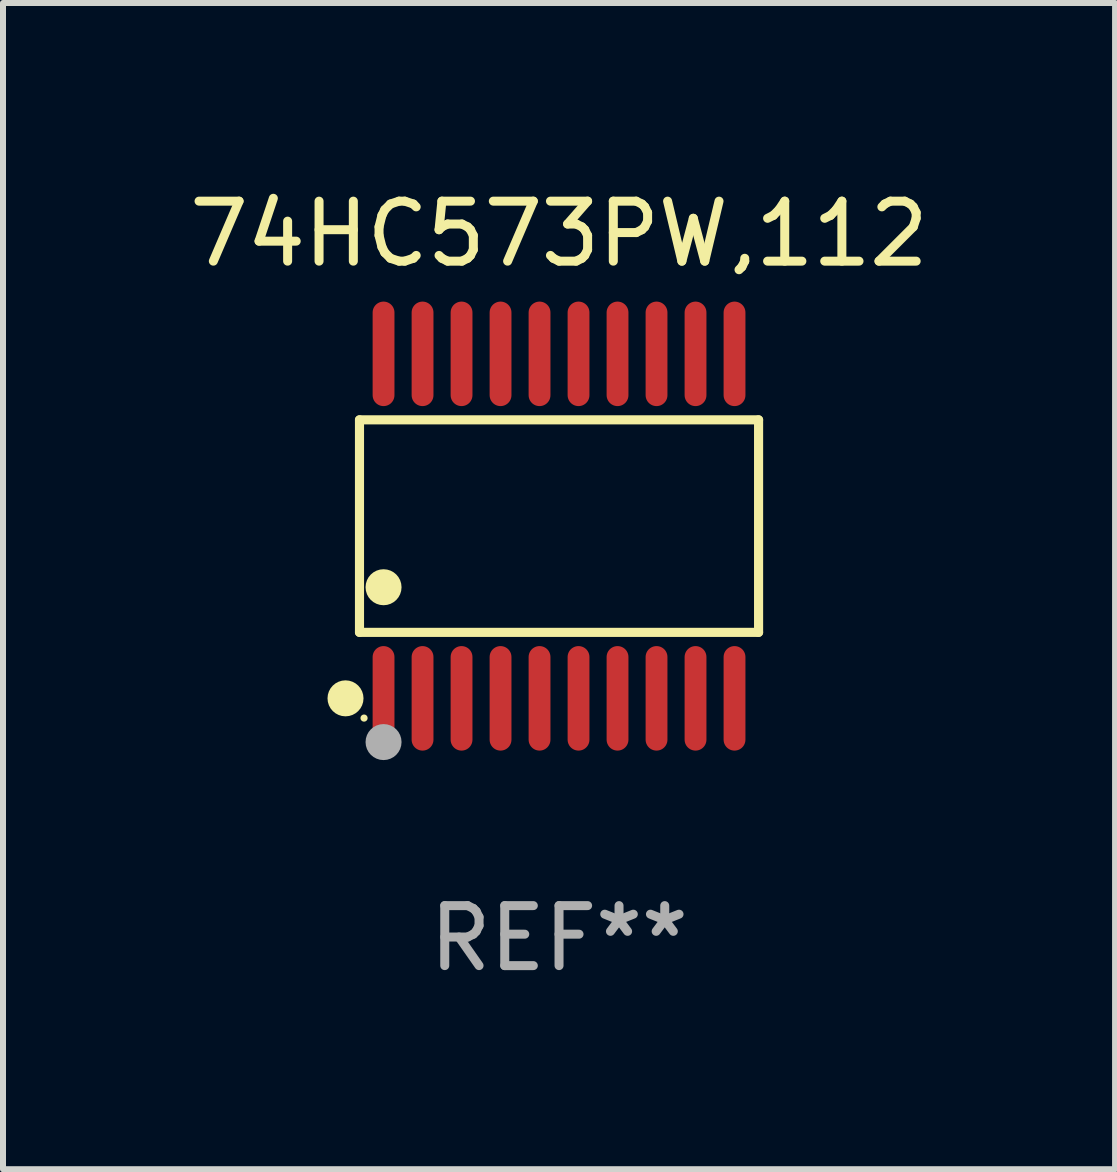
<source format=kicad_pcb>
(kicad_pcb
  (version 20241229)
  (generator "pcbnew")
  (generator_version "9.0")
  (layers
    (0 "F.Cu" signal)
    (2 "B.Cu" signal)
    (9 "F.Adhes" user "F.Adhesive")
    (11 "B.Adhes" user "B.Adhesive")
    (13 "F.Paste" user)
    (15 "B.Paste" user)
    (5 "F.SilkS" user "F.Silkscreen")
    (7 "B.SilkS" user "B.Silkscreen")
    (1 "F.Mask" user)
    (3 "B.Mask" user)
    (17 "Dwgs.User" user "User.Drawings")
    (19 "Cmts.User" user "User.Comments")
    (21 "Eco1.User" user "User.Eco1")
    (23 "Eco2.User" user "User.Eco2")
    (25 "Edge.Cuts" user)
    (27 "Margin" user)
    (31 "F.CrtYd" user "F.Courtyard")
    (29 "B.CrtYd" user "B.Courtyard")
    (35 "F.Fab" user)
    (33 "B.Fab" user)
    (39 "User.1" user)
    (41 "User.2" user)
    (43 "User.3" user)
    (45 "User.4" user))
  (footprint "74HC573PW,112"
    (layer "F.Cu")
    (at 6.268 5.719)
    (property "Reference" "74HC573PW,112" (at 0 -4.871 0) (layer "F.SilkS") (effects (font (size 1 1) (thickness 0.15))))
    (attr through_hole)
    (fp_line (start -3.326 -1.771) (end 3.326 -1.771) (stroke (width 0.152) (type solid)) (layer "F.SilkS"))
    (fp_line (start -3.326 1.771) (end -3.326 -1.771) (stroke (width 0.152) (type solid)) (layer "F.SilkS"))
    (fp_line (start 3.326 -1.771) (end 3.326 1.771) (stroke (width 0.152) (type solid)) (layer "F.SilkS"))
    (fp_line (start 3.326 1.771) (end -3.326 1.771) (stroke (width 0.152) (type solid)) (layer "F.SilkS"))
    (fp_circle (center -3.559 2.871) (end -3.409 2.871) (stroke (width 0.3) (type solid)) (fill no) (layer "F.SilkS"))
    (fp_circle (center -3.25 3.2) (end -3.22 3.2) (stroke (width 0.06) (type solid)) (fill no) (layer "F.SilkS"))
    (fp_circle (center -2.925 1.019) (end -2.775 1.019) (stroke (width 0.3) (type solid)) (fill no) (layer "F.SilkS"))
    (fp_circle (center -2.925 3.6) (end -2.775 3.6) (stroke (width 0.3) (type solid)) (fill no) (layer "F.Fab"))
    (fp_text user "REF**" (at 0 6.871 0) (layer "F.Fab") (effects (font (size 1 1) (thickness 0.15))))
    (pad "1" smd oval (at -2.925 2.871) (size 0.364 1.742) (layers "F.Cu" "F.Mask" "F.Paste"))
    (pad "2" smd oval (at -2.275 2.871) (size 0.364 1.742) (layers "F.Cu" "F.Mask" "F.Paste"))
    (pad "3" smd oval (at -1.625 2.871) (size 0.364 1.742) (layers "F.Cu" "F.Mask" "F.Paste"))
    (pad "4" smd oval (at -0.975 2.871) (size 0.364 1.742) (layers "F.Cu" "F.Mask" "F.Paste"))
    (pad "5" smd oval (at -0.325 2.871) (size 0.364 1.742) (layers "F.Cu" "F.Mask" "F.Paste"))
    (pad "6" smd oval (at 0.325 2.871) (size 0.364 1.742) (layers "F.Cu" "F.Mask" "F.Paste"))
    (pad "7" smd oval (at 0.975 2.871) (size 0.364 1.742) (layers "F.Cu" "F.Mask" "F.Paste"))
    (pad "8" smd oval (at 1.625 2.871) (size 0.364 1.742) (layers "F.Cu" "F.Mask" "F.Paste"))
    (pad "9" smd oval (at 2.275 2.871) (size 0.364 1.742) (layers "F.Cu" "F.Mask" "F.Paste"))
    (pad "10" smd oval (at 2.925 2.871) (size 0.364 1.742) (layers "F.Cu" "F.Mask" "F.Paste"))
    (pad "11" smd oval (at 2.925 -2.871) (size 0.364 1.742) (layers "F.Cu" "F.Mask" "F.Paste"))
    (pad "12" smd oval (at 2.275 -2.871) (size 0.364 1.742) (layers "F.Cu" "F.Mask" "F.Paste"))
    (pad "13" smd oval (at 1.625 -2.871) (size 0.364 1.742) (layers "F.Cu" "F.Mask" "F.Paste"))
    (pad "14" smd oval (at 0.975 -2.871) (size 0.364 1.742) (layers "F.Cu" "F.Mask" "F.Paste"))
    (pad "15" smd oval (at 0.325 -2.871) (size 0.364 1.742) (layers "F.Cu" "F.Mask" "F.Paste"))
    (pad "16" smd oval (at -0.325 -2.871) (size 0.364 1.742) (layers "F.Cu" "F.Mask" "F.Paste"))
    (pad "17" smd oval (at -0.975 -2.871) (size 0.364 1.742) (layers "F.Cu" "F.Mask" "F.Paste"))
    (pad "18" smd oval (at -1.625 -2.871) (size 0.364 1.742) (layers "F.Cu" "F.Mask" "F.Paste"))
    (pad "19" smd oval (at -2.275 -2.871) (size 0.364 1.742) (layers "F.Cu" "F.Mask" "F.Paste"))
    (pad "20" smd oval (at -2.925 -2.871) (size 0.364 1.742) (layers "F.Cu" "F.Mask" "F.Paste")))
  (gr_rect
    (start -3 -3)
    (end 15.536 16.438)
    (stroke (width 0.1) (type default))
    (fill no)
    (layer "Edge.Cuts")))
</source>
